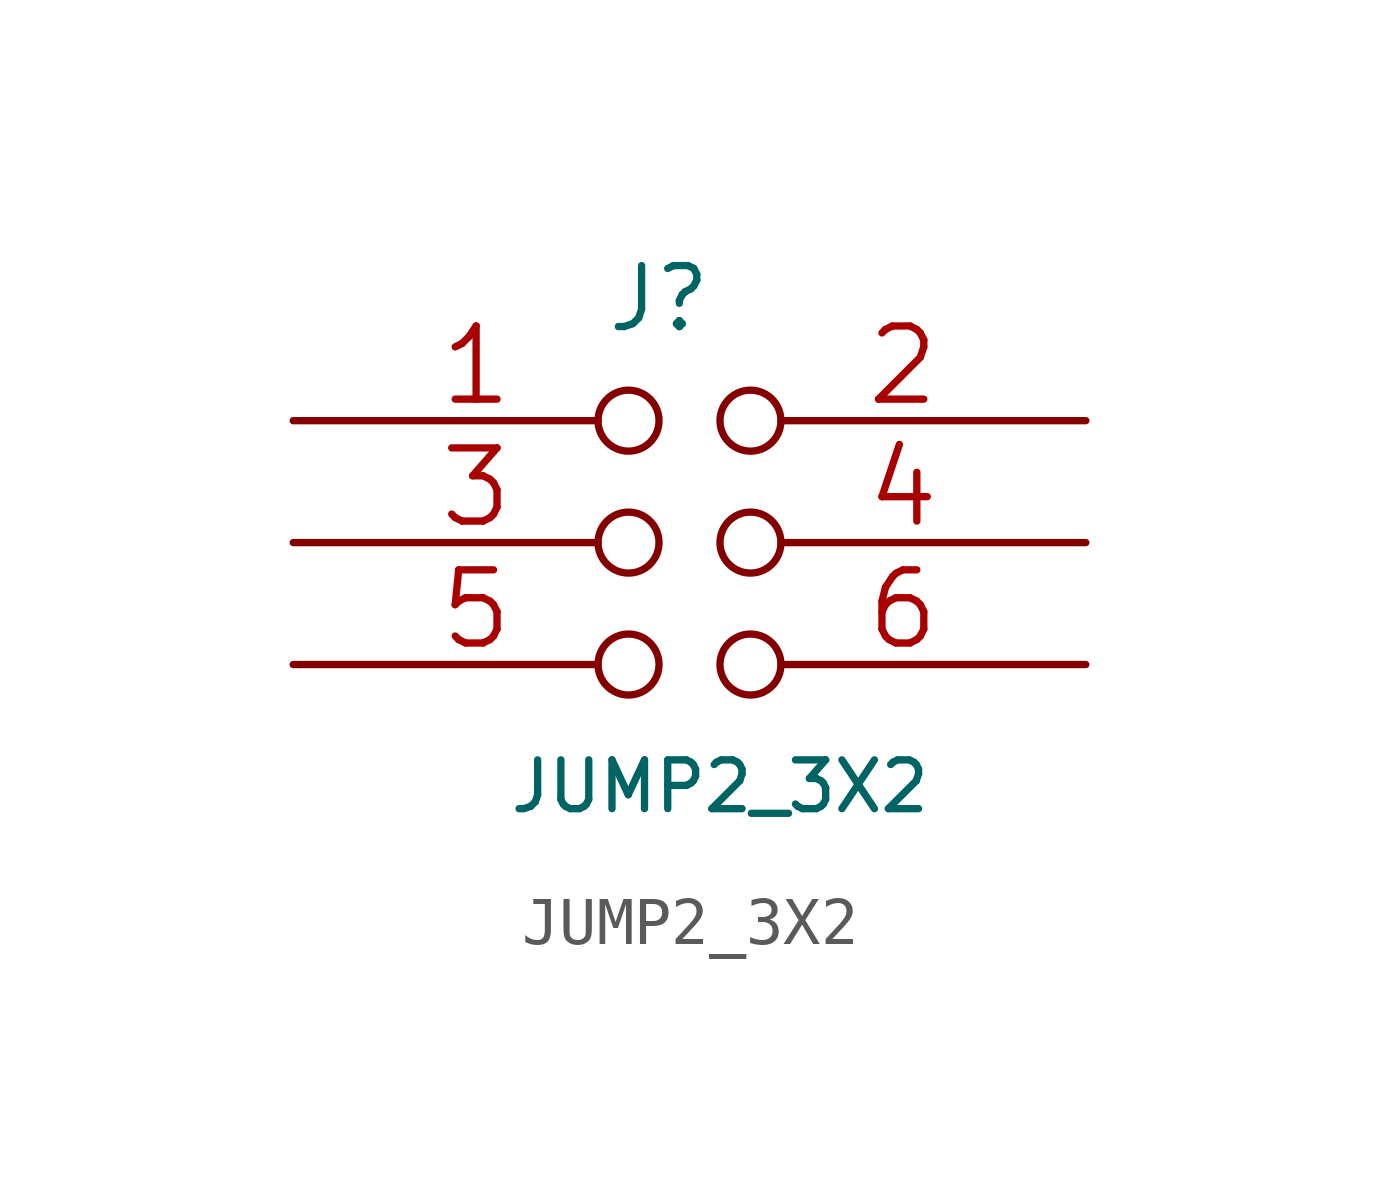
<source format=kicad_sym>
(kicad_symbol_lib
  (version 20211014)
  (generator kicad_symbol_editor)
  (symbol "JUMP2_3X2"
    (pin_names
      (offset 1.016) hide)
    (property "Reference" "J"
      (at -2.54 6.35 0)
      (effects (font (size 1.27 1.27))))
    (property "Value" "JUMP2_3X2"
      (at -1.27 -3.81 0)
      (effects (font (size 1.016 1.016))))
    (property "Footprint" ""
      (at 0 0 0)
      (effects (font (size 1.524 1.524))))
    (property "Datasheet" ""
      (at 0 0 0)
      (effects (font (size 1.524 1.524))))
    (symbol "JUMP2_3X2_1_1"
      (pin passive inverted (at -10.16 3.81 0) (length 7.62) (name "1" (effects (font (size 1.524 1.524)))) (number "1" (effects (font (size 1.524 1.524)))))
      (pin passive inverted (at 6.35 3.81 180) (length 7.62) (name "2" (effects (font (size 1.524 1.524)))) (number "2" (effects (font (size 1.524 1.524)))))
      (pin passive inverted (at -10.16 1.27 0) (length 7.62) (name "3" (effects (font (size 1.524 1.524)))) (number "3" (effects (font (size 1.524 1.524)))))
      (pin passive inverted (at 6.35 1.27 180) (length 7.62) (name "4" (effects (font (size 1.524 1.524)))) (number "4" (effects (font (size 1.524 1.524)))))
      (pin passive inverted (at -10.16 -1.27 0) (length 7.62) (name "5" (effects (font (size 1.524 1.524)))) (number "5" (effects (font (size 1.524 1.524)))))
      (pin passive inverted (at 6.35 -1.27 180) (length 7.62) (name "6" (effects (font (size 1.524 1.524)))) (number "6" (effects (font (size 1.524 1.524))))))))
</source>
